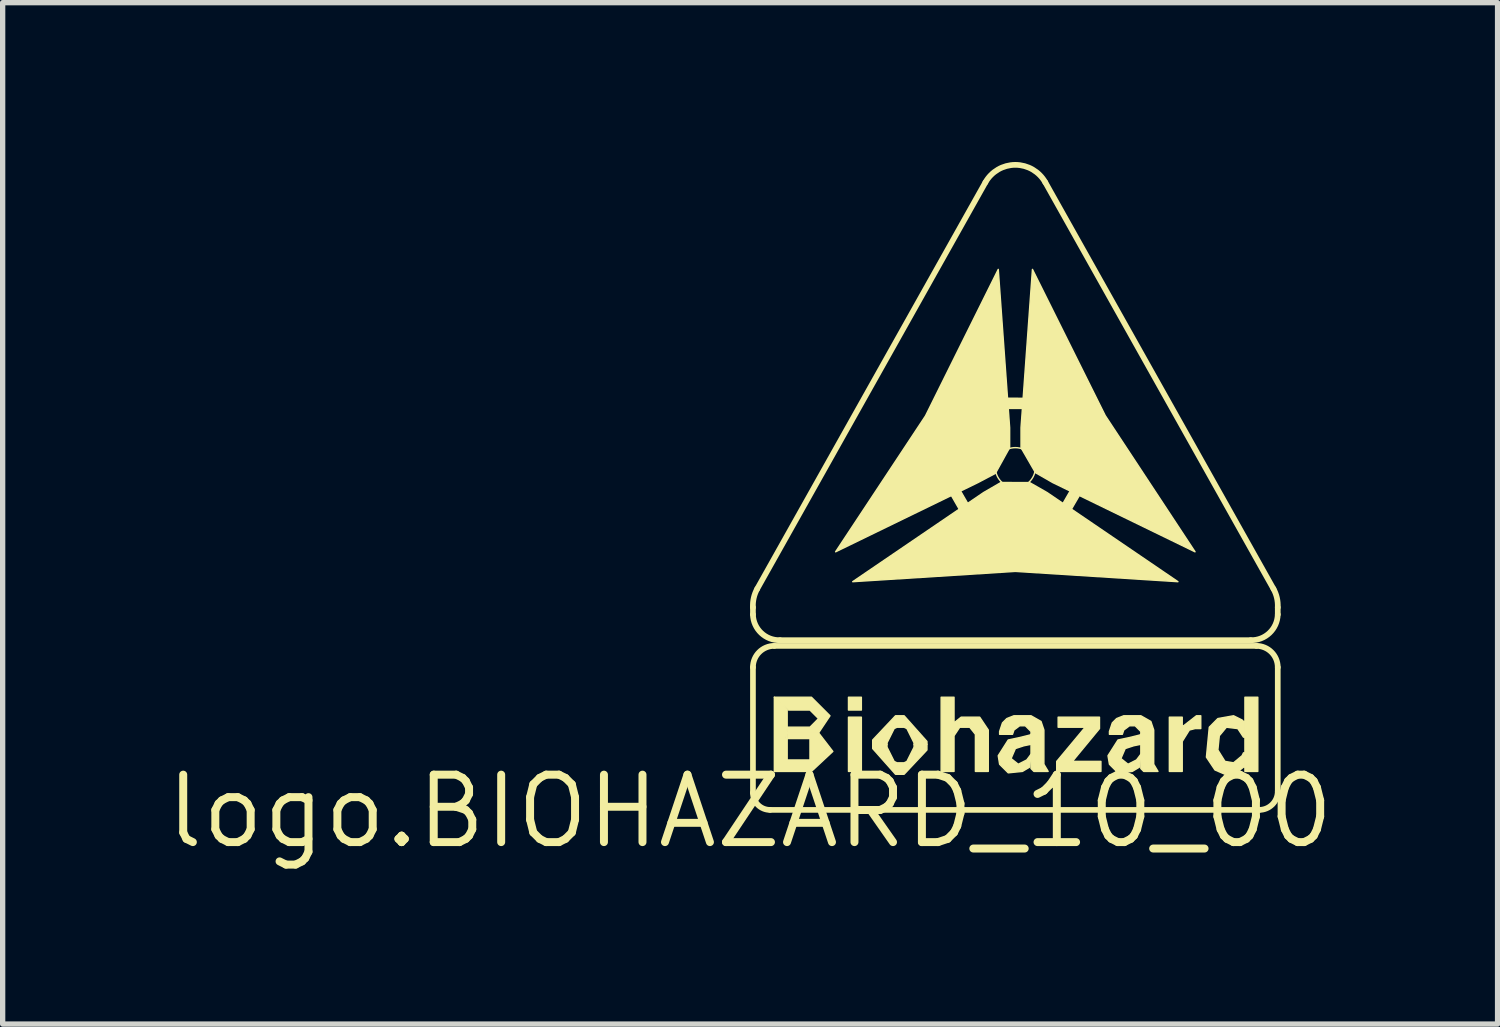
<source format=kicad_pcb>
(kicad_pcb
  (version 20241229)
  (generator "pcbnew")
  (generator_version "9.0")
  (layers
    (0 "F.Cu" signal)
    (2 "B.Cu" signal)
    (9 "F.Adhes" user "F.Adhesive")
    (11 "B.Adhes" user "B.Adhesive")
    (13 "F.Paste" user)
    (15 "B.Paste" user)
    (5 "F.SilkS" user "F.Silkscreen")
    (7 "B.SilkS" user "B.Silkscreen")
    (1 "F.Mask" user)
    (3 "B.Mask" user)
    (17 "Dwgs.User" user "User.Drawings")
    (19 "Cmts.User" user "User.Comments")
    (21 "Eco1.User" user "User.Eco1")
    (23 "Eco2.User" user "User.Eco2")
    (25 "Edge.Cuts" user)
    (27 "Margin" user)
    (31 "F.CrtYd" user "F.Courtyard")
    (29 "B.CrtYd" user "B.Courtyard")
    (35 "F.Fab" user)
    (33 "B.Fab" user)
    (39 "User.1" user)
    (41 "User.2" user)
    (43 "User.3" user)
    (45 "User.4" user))
  (footprint "logo.BIOHAZARD_10_00"
    (layer "F.Cu")
    (at 11.074 12.227)
    (property "Reference" "logo.BIOHAZARD_10_00" (at 0 0 0) (layer "F.SilkS") (effects (font (size 1.27 1.27) (thickness 0.15))))
    (fp_line (start 0.054 -3.706) (end 0.054 -3.84) (stroke (width 0.107) (type default)) (layer "F.SilkS"))
    (fp_line (start 0.054 -2.712) (end 0.054 -0.349) (stroke (width 0.107) (type default)) (layer "F.SilkS"))
    (fp_line (start 0.134 -4.189) (end 4.431 -11.843) (stroke (width 0.107) (type default)) (layer "F.SilkS"))
    (fp_line (start 0.376 -0.027) (end 9.587 -0.027) (stroke (width 0.107) (type default)) (layer "F.SilkS"))
    (fp_line (start 0.564 -3.223) (end 9.426 -3.223) (stroke (width 0.107) (type default)) (layer "F.SilkS"))
    (fp_line (start 9.533 -3.115) (end 0.457 -3.115) (stroke (width 0.107) (type default)) (layer "F.SilkS"))
    (fp_line (start 9.855 -4.189) (end 5.559 -11.843) (stroke (width 0.107) (type default)) (layer "F.SilkS"))
    (fp_line (start 9.936 -3.706) (end 9.936 -3.84) (stroke (width 0.107) (type default)) (layer "F.SilkS"))
    (fp_line (start 9.936 -0.376) (end 9.936 -2.712) (stroke (width 0.107) (type default)) (layer "F.SilkS"))
    (fp_arc (start 0.0537 -3.8401) (mid 0.069552 -4.020294) (end 0.1343 -4.1892) (stroke (width 0.1074) (type default)) (layer "F.SilkS"))
    (fp_arc (start 0.0537 -2.7123) (mid 0.171677 -2.997123) (end 0.4565 -3.1151) (stroke (width 0.1074) (type default)) (layer "F.SilkS"))
    (fp_arc (start 0.376 -0.0269) (mid 0.148135 -0.121264) (end 0.0537 -0.3491) (stroke (width 0.1074) (type default)) (layer "F.SilkS"))
    (fp_arc (start 0.5639 -3.2225) (mid 0.208657 -3.358505) (end 0.0537 -3.7059) (stroke (width 0.1074) (type default)) (layer "F.SilkS"))
    (fp_arc (start 4.4309 -11.8426) (mid 4.99485 -12.172844) (end 5.5588 -11.8426) (stroke (width 0.1074) (type default)) (layer "F.SilkS"))
    (fp_arc (start 9.5332 -3.1151) (mid 9.818023 -2.997123) (end 9.936 -2.7123) (stroke (width 0.1074) (type default)) (layer "F.SilkS"))
    (fp_arc (start 9.8554 -4.1892) (mid 9.920148 -4.020294) (end 9.936 -3.8401) (stroke (width 0.1074) (type default)) (layer "F.SilkS"))
    (fp_arc (start 9.936 -3.7059) (mid 9.781043 -3.358505) (end 9.4258 -3.2225) (stroke (width 0.1074) (type default)) (layer "F.SilkS"))
    (fp_arc (start 9.936 -0.376) (mid 9.833751 -0.129149) (end 9.5869 -0.0269) (stroke (width 0.1074) (type default)) (layer "F.SilkS"))
    (fp_circle (center 4.995 -6.472) (end 5.371 -6.472) (stroke (width 0.027) (type default)) (fill no) (layer "F.SilkS"))
    (fp_poly (pts (xy 1.853 -2.148) (xy 1.853 -1.907) (xy 2.095 -1.907) (xy 2.095 -2.148)) (stroke (width 0.027) (type default)) (fill yes) (layer "F.SilkS"))
    (fp_poly (pts (xy 1.853 -0.752) (xy 2.095 -0.752) (xy 2.095 -1.772) (xy 1.853 -1.772)) (stroke (width 0.027) (type default)) (fill yes) (layer "F.SilkS"))
    (fp_poly (pts (xy 3.39 -6.646) (xy 3.674 -6.531) (xy 4.389 -5.293) (xy 4.338 -4.992)) (stroke (width 0.027) (type default)) (fill yes) (layer "F.SilkS"))
    (fp_poly (pts (xy 5.646 -4.995) (xy 5.604 -5.298) (xy 6.319 -6.537) (xy 6.605 -6.643)) (stroke (width 0.027) (type default)) (fill yes) (layer "F.SilkS"))
    (fp_poly (pts (xy 5.948 -7.774) (xy 5.707 -7.586) (xy 4.277 -7.586) (xy 4.042 -7.781)) (stroke (width 0.027) (type default)) (fill yes) (layer "F.SilkS"))
    (fp_poly (pts (xy 9.318 -2.148) (xy 9.318 -0.752) (xy 9.56 -0.752) (xy 9.56 -2.148)) (stroke (width 0.027) (type default)) (fill yes) (layer "F.SilkS"))
    (fp_poly (pts (xy 1.611 -4.887) (xy 3.303 -7.445) (xy 4.673 -10.204) (xy 4.887 -7.224) (xy 4.887 -6.848) (xy 4.619 -6.364) (xy 4.29 -6.19)) (stroke (width 0.027) (type default)) (fill yes) (layer "F.SilkS"))
    (fp_poly (pts (xy 5.317 -10.204) (xy 6.687 -7.452) (xy 8.378 -4.887) (xy 5.7 -6.19) (xy 5.374 -6.377) (xy 5.102 -6.848) (xy 5.102 -7.224)) (stroke (width 0.027) (type default)) (fill yes) (layer "F.SilkS"))
    (fp_poly (pts (xy 8.056 -4.324) (xy 4.995 -4.518) (xy 1.933 -4.324) (xy 4.397 -6.002) (xy 4.723 -6.191) (xy 5.263 -6.19) (xy 5.592 -6.002)) (stroke (width 0.027) (type default)) (fill yes) (layer "F.SilkS"))
    (fp_poly (pts (xy 0.457 -2.148) (xy 1.155 -2.148) (xy 1.504 -1.799) (xy 1.289 -1.477) (xy 0.698 -1.477) (xy 0.698 -1.584) (xy 1.128 -1.584) (xy 1.289 -1.746) (xy 1.128 -1.907) (xy 0.725 -1.907)) (stroke (width 0.027) (type default)) (fill yes) (layer "F.SilkS"))
    (fp_poly (pts (xy 5.801 -1.772) (xy 6.579 -1.772) (xy 6.579 -1.558) (xy 6.069 -0.94) (xy 6.606 -0.94) (xy 6.606 -0.752) (xy 5.774 -0.752) (xy 5.774 -0.94) (xy 6.311 -1.584) (xy 5.801 -1.584)) (stroke (width 0.027) (type default)) (fill yes) (layer "F.SilkS"))
    (fp_poly (pts (xy 7.895 -1.772) (xy 7.895 -0.752) (xy 8.137 -0.752) (xy 8.137 -1.316) (xy 8.271 -1.531) (xy 8.378 -1.558) (xy 8.486 -1.558) (xy 8.486 -1.799) (xy 8.405 -1.799) (xy 8.164 -1.611) (xy 8.137 -1.611) (xy 8.137 -1.772)) (stroke (width 0.027) (type default)) (fill yes) (layer "F.SilkS"))
    (fp_poly (pts (xy 0.457 -0.752) (xy 1.155 -0.752) (xy 1.558 -1.128) (xy 1.289 -1.477) (xy 0.698 -1.477) (xy 0.698 -1.37) (xy 1.128 -1.37) (xy 1.128 -0.967) (xy 0.698 -0.967) (xy 0.698 -1.37) (xy 0.671 -1.37) (xy 0.698 -1.584) (xy 0.698 -1.907) (xy 0.457 -2.148)) (stroke (width 0.027) (type default)) (fill yes) (layer "F.SilkS"))
    (fp_poly (pts (xy 2.309 -1.262) (xy 2.578 -1.262) (xy 2.578 -1.289) (xy 2.712 -1.558) (xy 2.766 -1.584) (xy 2.9 -1.584) (xy 2.954 -1.558) (xy 3.088 -1.289) (xy 3.088 -1.262) (xy 3.33 -1.262) (xy 3.33 -1.316) (xy 2.9 -1.799) (xy 2.739 -1.799) (xy 2.309 -1.343)) (stroke (width 0.027) (type default)) (fill yes) (layer "F.SilkS"))
    (fp_poly (pts (xy 3.33 -1.262) (xy 3.088 -1.262) (xy 3.088 -1.208) (xy 2.954 -0.94) (xy 2.9 -0.913) (xy 2.766 -0.913) (xy 2.712 -0.94) (xy 2.578 -1.208) (xy 2.578 -1.262) (xy 2.309 -1.262) (xy 2.309 -1.182) (xy 2.739 -0.698) (xy 2.9 -0.698) (xy 3.33 -1.155)) (stroke (width 0.027) (type default)) (fill yes) (layer "F.SilkS"))
    (fp_poly (pts (xy 3.598 -0.752) (xy 3.84 -0.752) (xy 3.84 -1.423) (xy 3.947 -1.584) (xy 4.136 -1.584) (xy 4.243 -1.45) (xy 4.243 -0.752) (xy 4.485 -0.752) (xy 4.485 -1.531) (xy 4.324 -1.772) (xy 3.974 -1.772) (xy 3.84 -1.665) (xy 3.84 -2.148) (xy 3.598 -2.148)) (stroke (width 0.027) (type default)) (fill yes) (layer "F.SilkS"))
    (fp_poly (pts (xy 5.29 -1.074) (xy 5.21 -0.967) (xy 5.049 -0.886) (xy 4.914 -0.994) (xy 4.995 -1.182) (xy 5.156 -1.235) (xy 5.29 -1.262) (xy 5.29 -1.45) (xy 5.27 -1.437) (xy 5.082 -1.39) (xy 4.861 -1.343) (xy 4.673 -1.047) (xy 4.699 -0.886) (xy 4.861 -0.725) (xy 5.129 -0.752) (xy 5.263 -0.833)) (stroke (width 0.027) (type default)) (fill yes) (layer "F.SilkS"))
    (fp_poly (pts (xy 7.358 -1.074) (xy 7.277 -0.967) (xy 7.116 -0.886) (xy 6.982 -0.994) (xy 7.063 -1.182) (xy 7.224 -1.235) (xy 7.358 -1.262) (xy 7.358 -1.45) (xy 7.338 -1.437) (xy 7.15 -1.39) (xy 6.928 -1.343) (xy 6.74 -1.047) (xy 6.767 -0.886) (xy 6.928 -0.725) (xy 7.197 -0.752) (xy 7.331 -0.833)) (stroke (width 0.027) (type default)) (fill yes) (layer "F.SilkS"))
    (fp_poly (pts (xy 4.941 -1.45) (xy 4.699 -1.45) (xy 4.699 -1.504) (xy 4.753 -1.665) (xy 4.834 -1.746) (xy 4.968 -1.799) (xy 5.29 -1.799) (xy 5.478 -1.692) (xy 5.532 -1.531) (xy 5.532 -0.913) (xy 5.532 -0.886) (xy 5.612 -0.752) (xy 5.344 -0.752) (xy 5.29 -0.806) (xy 5.29 -1.45) (xy 5.29 -1.504) (xy 5.183 -1.611) (xy 5.075 -1.611) (xy 4.968 -1.531)) (stroke (width 0.027) (type default)) (fill yes) (layer "F.SilkS"))
    (fp_poly (pts (xy 7.009 -1.45) (xy 6.767 -1.45) (xy 6.767 -1.504) (xy 6.821 -1.665) (xy 6.902 -1.746) (xy 7.036 -1.799) (xy 7.358 -1.799) (xy 7.546 -1.692) (xy 7.6 -1.531) (xy 7.6 -0.913) (xy 7.6 -0.886) (xy 7.68 -0.752) (xy 7.412 -0.752) (xy 7.358 -0.806) (xy 7.358 -1.45) (xy 7.358 -1.504) (xy 7.251 -1.611) (xy 7.143 -1.611) (xy 7.036 -1.531)) (stroke (width 0.027) (type default)) (fill yes) (layer "F.SilkS"))
    (fp_poly (pts (xy 9.291 -1.692) (xy 9.265 -1.719) (xy 9.104 -1.799) (xy 8.808 -1.746) (xy 8.647 -1.584) (xy 8.593 -1.02) (xy 8.754 -0.779) (xy 8.942 -0.698) (xy 9.157 -0.725) (xy 9.291 -0.833) (xy 9.318 -0.833) (xy 9.318 -1.101) (xy 9.291 -1.101) (xy 9.265 -1.047) (xy 9.104 -0.913) (xy 8.942 -0.94) (xy 8.808 -1.155) (xy 8.835 -1.423) (xy 8.969 -1.584) (xy 9.184 -1.558) (xy 9.291 -1.396) (xy 9.318 -1.396) (xy 9.318 -1.692)) (stroke (width 0.027) (type default)) (fill yes) (layer "F.SilkS")))
  (gr_rect
    (start -3 -3)
    (end 25.149 16.233)
    (stroke (width 0.1) (type default))
    (fill no)
    (layer "Edge.Cuts")))
</source>
